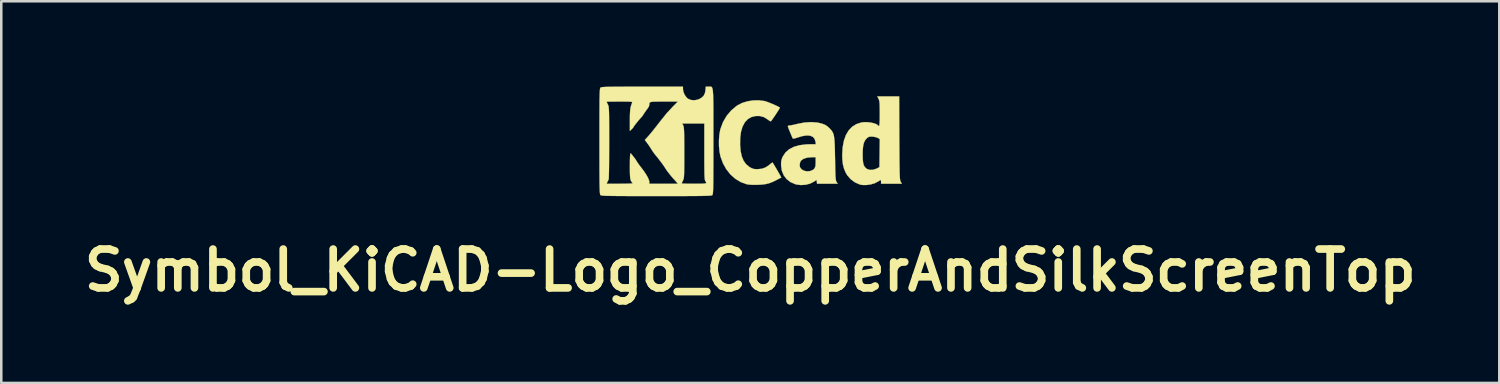
<source format=kicad_pcb>
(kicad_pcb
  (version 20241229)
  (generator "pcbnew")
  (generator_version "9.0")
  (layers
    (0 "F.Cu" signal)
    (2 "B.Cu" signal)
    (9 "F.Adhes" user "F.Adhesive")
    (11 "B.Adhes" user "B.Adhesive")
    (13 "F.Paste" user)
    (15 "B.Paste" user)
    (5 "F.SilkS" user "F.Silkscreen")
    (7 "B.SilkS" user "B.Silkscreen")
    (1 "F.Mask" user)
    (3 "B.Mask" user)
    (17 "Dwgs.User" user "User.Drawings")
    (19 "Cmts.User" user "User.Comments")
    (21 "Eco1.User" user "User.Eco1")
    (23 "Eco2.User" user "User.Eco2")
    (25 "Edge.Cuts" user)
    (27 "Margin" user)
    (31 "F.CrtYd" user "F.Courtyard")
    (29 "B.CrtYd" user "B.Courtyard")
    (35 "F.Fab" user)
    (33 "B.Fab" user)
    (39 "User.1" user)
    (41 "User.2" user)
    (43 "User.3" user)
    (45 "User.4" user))
  (footprint "Symbol_KiCAD-Logo_CopperAndSilkScreenTop"
    (layer "F.Cu")
    (at 26.387 2.306)
    (property "Reference" "Symbol_KiCAD-Logo_CopperAndSilkScreenTop" (at 0 5.25 0) (layer "F.SilkS") (effects (font (size 1.524 1.524) (thickness 0.3))))
    (attr through_hole)
    (fp_poly (pts (xy -2.044 -2.274) (xy -1.926 -2.208) (xy -1.833 -2.105) (xy -1.789 -2.019) (xy -1.759 -1.88) (xy -1.768 -1.742) (xy -1.815 -1.621) (xy -1.827 -1.602) (xy -1.918 -1.515) (xy -2.037 -1.454) (xy -2.17 -1.425) (xy -2.302 -1.428) (xy -2.42 -1.467) (xy -2.441 -1.48) (xy -2.523 -1.559) (xy -2.591 -1.667) (xy -2.633 -1.785) (xy -2.642 -1.854) (xy -2.622 -1.963) (xy -2.572 -2.078) (xy -2.501 -2.177) (xy -2.445 -2.226) (xy -2.313 -2.286) (xy -2.176 -2.301) (xy -2.044 -2.274)) (stroke (width 0.01) (type solid)) (fill yes) (layer "F.Mask"))
    (fp_poly (pts (xy -1.803 0.592) (xy -1.803 0.864) (xy -1.802 1.089) (xy -1.801 1.272) (xy -1.799 1.417) (xy -1.795 1.53) (xy -1.791 1.613) (xy -1.786 1.672) (xy -1.779 1.712) (xy -1.77 1.735) (xy -1.766 1.741) (xy -1.74 1.779) (xy -1.729 1.807) (xy -1.739 1.827) (xy -1.776 1.841) (xy -1.844 1.849) (xy -1.948 1.853) (xy -2.095 1.854) (xy -2.21 1.854) (xy -2.36 1.854) (xy -2.491 1.852) (xy -2.596 1.849) (xy -2.665 1.845) (xy -2.692 1.841) (xy -2.692 1.84) (xy -2.682 1.811) (xy -2.655 1.755) (xy -2.642 1.727) (xy -2.629 1.7) (xy -2.618 1.669) (xy -2.61 1.631) (xy -2.603 1.579) (xy -2.599 1.509) (xy -2.595 1.415) (xy -2.593 1.292) (xy -2.592 1.136) (xy -2.591 0.94) (xy -2.591 0.699) (xy -2.591 0.635) (xy -2.591 0.377) (xy -2.592 0.166) (xy -2.594 -0.005) (xy -2.596 -0.139) (xy -2.6 -0.241) (xy -2.605 -0.317) (xy -2.612 -0.372) (xy -2.62 -0.409) (xy -2.63 -0.433) (xy -2.668 -0.508) (xy -1.803 -0.508) (xy -1.803 0.592)) (stroke (width 0.01) (type solid)) (fill yes) (layer "F.Mask"))
    (fp_poly (pts (xy -3.386 -1.372) (xy -2.841 -1.372) (xy -3.04 -1.17) (xy -3.369 -0.807) (xy -3.584 -0.533) (xy -3.662 -0.43) (xy -3.757 -0.309) (xy -3.857 -0.186) (xy -3.952 -0.072) (xy -4.031 0.02) (xy -4.057 0.048) (xy -4.138 0.135) (xy -4.068 0.226) (xy -3.933 0.416) (xy -3.845 0.555) (xy -3.79 0.637) (xy -3.729 0.717) (xy -3.724 0.723) (xy -3.655 0.806) (xy -3.574 0.908) (xy -3.491 1.018) (xy -3.414 1.124) (xy -3.352 1.213) (xy -3.317 1.271) (xy -3.282 1.324) (xy -3.223 1.402) (xy -3.151 1.493) (xy -3.076 1.584) (xy -3.008 1.663) (xy -2.972 1.702) (xy -2.948 1.728) (xy -2.906 1.775) (xy -2.898 1.785) (xy -2.836 1.854) (xy -3.962 1.854) (xy -3.962 1.776) (xy -3.979 1.699) (xy -4.026 1.594) (xy -4.1 1.468) (xy -4.194 1.33) (xy -4.281 1.216) (xy -4.353 1.123) (xy -4.418 1.032) (xy -4.465 0.96) (xy -4.471 0.949) (xy -4.511 0.882) (xy -4.547 0.834) (xy -4.555 0.826) (xy -4.59 0.787) (xy -4.63 0.73) (xy -4.668 0.682) (xy -4.698 0.66) (xy -4.7 0.66) (xy -4.708 0.685) (xy -4.716 0.756) (xy -4.721 0.87) (xy -4.724 1.022) (xy -4.724 1.157) (xy -4.724 1.336) (xy -4.721 1.472) (xy -4.717 1.572) (xy -4.709 1.644) (xy -4.698 1.695) (xy -4.684 1.733) (xy -4.683 1.735) (xy -4.647 1.794) (xy -4.616 1.833) (xy -4.613 1.835) (xy -4.628 1.84) (xy -4.688 1.845) (xy -4.784 1.849) (xy -4.91 1.852) (xy -5.059 1.854) (xy -5.111 1.854) (xy -5.638 1.854) (xy -5.608 1.784) (xy -5.58 1.726) (xy -5.558 1.69) (xy -5.554 1.661) (xy -5.55 1.586) (xy -5.547 1.469) (xy -5.544 1.315) (xy -5.542 1.13) (xy -5.54 0.916) (xy -5.538 0.68) (xy -5.537 0.426) (xy -5.537 0.254) (xy -5.537 -0.05) (xy -5.538 -0.307) (xy -5.538 -0.522) (xy -5.539 -0.699) (xy -5.541 -0.842) (xy -5.544 -0.955) (xy -5.547 -1.043) (xy -5.552 -1.11) (xy -5.557 -1.159) (xy -5.564 -1.196) (xy -5.573 -1.224) (xy -5.583 -1.247) (xy -5.588 -1.257) (xy -5.619 -1.319) (xy -5.637 -1.358) (xy -5.639 -1.364) (xy -5.615 -1.366) (xy -5.547 -1.368) (xy -5.444 -1.37) (xy -5.313 -1.371) (xy -5.162 -1.372) (xy -5.128 -1.372) (xy -4.955 -1.371) (xy -4.826 -1.37) (xy -4.736 -1.368) (xy -4.678 -1.363) (xy -4.646 -1.356) (xy -4.633 -1.345) (xy -4.634 -1.331) (xy -4.636 -1.327) (xy -4.669 -1.238) (xy -4.693 -1.15) (xy -4.709 -1.051) (xy -4.719 -0.931) (xy -4.724 -0.779) (xy -4.724 -0.639) (xy -4.724 -0.219) (xy -4.648 -0.292) (xy -4.601 -0.342) (xy -4.574 -0.38) (xy -4.572 -0.387) (xy -4.557 -0.412) (xy -4.517 -0.466) (xy -4.462 -0.536) (xy -4.401 -0.611) (xy -4.342 -0.682) (xy -4.294 -0.736) (xy -4.267 -0.762) (xy -4.244 -0.789) (xy -4.206 -0.845) (xy -4.178 -0.889) (xy -4.12 -0.977) (xy -4.057 -1.063) (xy -4.035 -1.092) (xy -3.99 -1.158) (xy -3.965 -1.219) (xy -3.962 -1.236) (xy -3.962 -1.279) (xy -3.956 -1.312) (xy -3.939 -1.337) (xy -3.905 -1.353) (xy -3.847 -1.363) (xy -3.759 -1.369) (xy -3.635 -1.371) (xy -3.469 -1.372) (xy -3.386 -1.372)) (stroke (width 0.01) (type solid)) (fill yes) (layer "F.Mask"))
    (fp_poly (pts (xy 0.545 -1.394) (xy 0.586 -1.384) (xy 0.657 -1.361) (xy 0.752 -1.325) (xy 0.86 -1.281) (xy 0.967 -1.234) (xy 1.061 -1.19) (xy 1.131 -1.153) (xy 1.162 -1.132) (xy 1.152 -1.109) (xy 1.12 -1.054) (xy 1.071 -0.977) (xy 1.013 -0.888) (xy 0.951 -0.795) (xy 0.893 -0.71) (xy 0.843 -0.641) (xy 0.811 -0.6) (xy 0.782 -0.602) (xy 0.73 -0.633) (xy 0.686 -0.667) (xy 0.541 -0.759) (xy 0.376 -0.804) (xy 0.218 -0.806) (xy 0.047 -0.765) (xy -0.097 -0.682) (xy -0.214 -0.557) (xy -0.303 -0.392) (xy -0.364 -0.187) (xy -0.396 0.056) (xy -0.4 0.33) (xy -0.378 0.578) (xy -0.333 0.784) (xy -0.262 0.952) (xy -0.164 1.087) (xy -0.037 1.193) (xy -0.007 1.211) (xy 0.07 1.251) (xy 0.141 1.273) (xy 0.229 1.281) (xy 0.292 1.281) (xy 0.452 1.265) (xy 0.591 1.217) (xy 0.725 1.131) (xy 0.775 1.089) (xy 0.829 1.044) (xy 0.865 1.02) (xy 0.873 1.019) (xy 0.895 1.052) (xy 0.934 1.116) (xy 0.985 1.201) (xy 1.042 1.298) (xy 1.098 1.395) (xy 1.149 1.485) (xy 1.189 1.556) (xy 1.212 1.599) (xy 1.215 1.608) (xy 1.19 1.622) (xy 1.132 1.652) (xy 1.054 1.694) (xy 1.049 1.696) (xy 0.887 1.777) (xy 0.744 1.832) (xy 0.602 1.867) (xy 0.443 1.887) (xy 0.292 1.894) (xy 0.099 1.896) (xy -0.053 1.886) (xy -0.144 1.871) (xy -0.376 1.786) (xy -0.589 1.657) (xy -0.779 1.488) (xy -0.941 1.284) (xy -1.072 1.048) (xy -1.168 0.786) (xy -1.172 0.77) (xy -1.209 0.583) (xy -1.228 0.369) (xy -1.229 0.145) (xy -1.213 -0.07) (xy -1.18 -0.259) (xy -1.172 -0.291) (xy -1.07 -0.565) (xy -0.927 -0.811) (xy -0.746 -1.025) (xy -0.529 -1.206) (xy -0.508 -1.22) (xy -0.33 -1.312) (xy -0.122 -1.378) (xy 0.102 -1.415) (xy 0.329 -1.421) (xy 0.545 -1.394)) (stroke (width 0.01) (type solid)) (fill yes) (layer "F.SilkS"))
    (fp_poly (pts (xy 5.847 0.057) (xy 5.849 0.387) (xy 5.851 0.67) (xy 5.852 0.91) (xy 5.854 1.11) (xy 5.857 1.275) (xy 5.859 1.408) (xy 5.863 1.514) (xy 5.867 1.595) (xy 5.872 1.657) (xy 5.878 1.701) (xy 5.885 1.734) (xy 5.893 1.757) (xy 5.9 1.772) (xy 5.945 1.854) (xy 5.131 1.854) (xy 5.131 1.778) (xy 5.127 1.724) (xy 5.119 1.702) (xy 5.119 1.702) (xy 5.093 1.715) (xy 5.041 1.748) (xy 5.014 1.765) (xy 4.882 1.833) (xy 4.722 1.88) (xy 4.553 1.903) (xy 4.393 1.901) (xy 4.293 1.881) (xy 4.109 1.8) (xy 3.943 1.678) (xy 3.809 1.526) (xy 3.747 1.424) (xy 3.68 1.266) (xy 3.636 1.1) (xy 3.613 0.911) (xy 3.607 0.725) (xy 3.608 0.711) (xy 4.408 0.711) (xy 4.413 0.887) (xy 4.426 1.02) (xy 4.451 1.12) (xy 4.491 1.194) (xy 4.547 1.25) (xy 4.579 1.272) (xy 4.685 1.31) (xy 4.811 1.307) (xy 4.946 1.264) (xy 4.97 1.252) (xy 5.067 1.202) (xy 5.074 0.652) (xy 5.081 0.103) (xy 5.014 0.059) (xy 4.95 0.033) (xy 4.861 0.012) (xy 4.803 0.005) (xy 4.714 0.002) (xy 4.655 0.012) (xy 4.605 0.041) (xy 4.579 0.062) (xy 4.512 0.135) (xy 4.463 0.231) (xy 4.43 0.355) (xy 4.413 0.516) (xy 4.408 0.711) (xy 3.608 0.711) (xy 3.624 0.429) (xy 3.672 0.169) (xy 3.75 -0.053) (xy 3.859 -0.238) (xy 3.997 -0.383) (xy 4.164 -0.487) (xy 4.359 -0.55) (xy 4.398 -0.557) (xy 4.514 -0.565) (xy 4.641 -0.559) (xy 4.768 -0.539) (xy 4.881 -0.51) (xy 4.968 -0.473) (xy 5.016 -0.432) (xy 5.037 -0.408) (xy 5.053 -0.413) (xy 5.065 -0.451) (xy 5.073 -0.527) (xy 5.078 -0.644) (xy 5.08 -0.806) (xy 5.08 -0.896) (xy 5.079 -1.07) (xy 5.077 -1.202) (xy 5.073 -1.298) (xy 5.066 -1.368) (xy 5.056 -1.42) (xy 5.041 -1.461) (xy 5.032 -1.481) (xy 4.984 -1.575) (xy 5.84 -1.575) (xy 5.847 0.057)) (stroke (width 0.01) (type solid)) (fill yes) (layer "F.SilkS"))
    (fp_poly (pts (xy 2.628 -0.548) (xy 2.804 -0.508) (xy 2.923 -0.463) (xy 3.015 -0.407) (xy 3.098 -0.334) (xy 3.151 -0.279) (xy 3.194 -0.227) (xy 3.229 -0.173) (xy 3.257 -0.111) (xy 3.278 -0.034) (xy 3.293 0.062) (xy 3.305 0.183) (xy 3.313 0.335) (xy 3.319 0.525) (xy 3.323 0.756) (xy 3.326 0.877) (xy 3.33 1.109) (xy 3.334 1.296) (xy 3.338 1.443) (xy 3.343 1.555) (xy 3.349 1.638) (xy 3.356 1.698) (xy 3.365 1.74) (xy 3.376 1.769) (xy 3.385 1.786) (xy 3.43 1.854) (xy 2.619 1.854) (xy 2.603 1.701) (xy 2.504 1.768) (xy 2.348 1.847) (xy 2.167 1.893) (xy 1.977 1.904) (xy 1.794 1.878) (xy 1.761 1.868) (xy 1.574 1.786) (xy 1.424 1.669) (xy 1.311 1.519) (xy 1.238 1.342) (xy 1.209 1.139) (xy 1.209 1.118) (xy 1.209 1.089) (xy 1.938 1.089) (xy 1.942 1.178) (xy 1.952 1.209) (xy 2.015 1.289) (xy 2.11 1.343) (xy 2.223 1.367) (xy 2.342 1.356) (xy 2.38 1.345) (xy 2.467 1.303) (xy 2.522 1.25) (xy 2.553 1.175) (xy 2.565 1.066) (xy 2.565 1.012) (xy 2.565 0.813) (xy 2.399 0.813) (xy 2.236 0.828) (xy 2.097 0.871) (xy 2.002 0.932) (xy 1.959 0.998) (xy 1.938 1.089) (xy 1.209 1.089) (xy 1.211 1.003) (xy 1.225 0.916) (xy 1.255 0.832) (xy 1.278 0.782) (xy 1.382 0.626) (xy 1.527 0.5) (xy 1.71 0.405) (xy 1.933 0.341) (xy 2.193 0.309) (xy 2.334 0.305) (xy 2.572 0.305) (xy 2.558 0.201) (xy 2.522 0.088) (xy 2.45 0.01) (xy 2.344 -0.034) (xy 2.204 -0.042) (xy 2.032 -0.014) (xy 1.855 0.04) (xy 1.77 0.067) (xy 1.705 0.082) (xy 1.673 0.082) (xy 1.673 0.082) (xy 1.655 0.05) (xy 1.625 -0.016) (xy 1.588 -0.103) (xy 1.549 -0.199) (xy 1.513 -0.289) (xy 1.486 -0.362) (xy 1.474 -0.403) (xy 1.473 -0.407) (xy 1.495 -0.425) (xy 1.538 -0.432) (xy 1.59 -0.438) (xy 1.677 -0.455) (xy 1.785 -0.479) (xy 1.862 -0.498) (xy 2.128 -0.549) (xy 2.387 -0.565) (xy 2.628 -0.548)) (stroke (width 0.01) (type solid)) (fill yes) (layer "F.SilkS"))
    (fp_poly (pts (xy -1.549 -1.957) (xy -1.527 -1.95) (xy -1.508 -1.934) (xy -1.493 -1.905) (xy -1.481 -1.861) (xy -1.47 -1.798) (xy -1.463 -1.713) (xy -1.457 -1.603) (xy -1.453 -1.465) (xy -1.45 -1.296) (xy -1.448 -1.092) (xy -1.448 -0.851) (xy -1.448 -0.568) (xy -1.448 -0.242) (xy -1.448 0.131) (xy -1.448 0.191) (xy -1.448 0.566) (xy -1.448 0.894) (xy -1.449 1.177) (xy -1.45 1.42) (xy -1.451 1.624) (xy -1.452 1.794) (xy -1.455 1.933) (xy -1.457 2.043) (xy -1.461 2.129) (xy -1.465 2.193) (xy -1.47 2.239) (xy -1.475 2.269) (xy -1.482 2.288) (xy -1.488 2.297) (xy -1.499 2.304) (xy -1.519 2.31) (xy -1.552 2.316) (xy -1.599 2.32) (xy -1.666 2.324) (xy -1.755 2.327) (xy -1.868 2.33) (xy -2.01 2.332) (xy -2.183 2.334) (xy -2.39 2.335) (xy -2.635 2.336) (xy -2.921 2.336) (xy -3.251 2.337) (xy -3.628 2.337) (xy -3.683 2.337) (xy -4.067 2.337) (xy -4.403 2.336) (xy -4.695 2.336) (xy -4.945 2.335) (xy -5.158 2.334) (xy -5.335 2.332) (xy -5.481 2.33) (xy -5.598 2.328) (xy -5.689 2.325) (xy -5.759 2.321) (xy -5.809 2.316) (xy -5.843 2.311) (xy -5.865 2.305) (xy -5.877 2.298) (xy -5.878 2.297) (xy -5.886 2.286) (xy -5.892 2.265) (xy -5.897 2.232) (xy -5.902 2.184) (xy -5.906 2.116) (xy -5.909 2.026) (xy -5.912 1.911) (xy -5.914 1.767) (xy -5.915 1.591) (xy -5.917 1.381) (xy -5.917 1.131) (xy -5.918 0.84) (xy -5.918 0.504) (xy -5.918 0.191) (xy -5.918 -0.185) (xy -5.918 -0.513) (xy -5.917 -0.796) (xy -5.916 -1.039) (xy -5.915 -1.243) (xy -5.914 -1.364) (xy -5.639 -1.364) (xy -5.628 -1.339) (xy -5.602 -1.285) (xy -5.588 -1.257) (xy -5.577 -1.234) (xy -5.568 -1.209) (xy -5.56 -1.176) (xy -5.554 -1.133) (xy -5.549 -1.074) (xy -5.545 -0.996) (xy -5.542 -0.894) (xy -5.54 -0.764) (xy -5.539 -0.603) (xy -5.538 -0.404) (xy -5.537 -0.166) (xy -5.537 0.118) (xy -5.537 0.254) (xy -5.538 0.518) (xy -5.539 0.766) (xy -5.54 0.995) (xy -5.542 1.199) (xy -5.545 1.374) (xy -5.548 1.515) (xy -5.552 1.617) (xy -5.555 1.677) (xy -5.558 1.69) (xy -5.582 1.73) (xy -5.608 1.784) (xy -5.638 1.854) (xy -5.111 1.854) (xy -4.956 1.853) (xy -4.822 1.85) (xy -4.715 1.847) (xy -4.643 1.842) (xy -4.613 1.837) (xy -4.613 1.835) (xy -4.643 1.801) (xy -4.679 1.743) (xy -4.683 1.735) (xy -4.698 1.698) (xy -4.709 1.647) (xy -4.716 1.577) (xy -4.721 1.478) (xy -4.724 1.344) (xy -4.724 1.167) (xy -4.724 1.157) (xy -4.723 0.979) (xy -4.72 0.837) (xy -4.714 0.734) (xy -4.706 0.674) (xy -4.7 0.66) (xy -4.67 0.68) (xy -4.632 0.727) (xy -4.63 0.73) (xy -4.59 0.787) (xy -4.555 0.826) (xy -4.525 0.863) (xy -4.485 0.925) (xy -4.471 0.949) (xy -4.429 1.016) (xy -4.366 1.105) (xy -4.295 1.198) (xy -4.281 1.216) (xy -4.173 1.358) (xy -4.083 1.495) (xy -4.015 1.617) (xy -3.973 1.717) (xy -3.962 1.776) (xy -3.962 1.854) (xy -2.836 1.854) (xy -2.848 1.84) (xy -2.692 1.84) (xy -2.668 1.845) (xy -2.601 1.848) (xy -2.499 1.851) (xy -2.369 1.853) (xy -2.22 1.854) (xy -2.21 1.854) (xy -2.033 1.853) (xy -1.902 1.851) (xy -1.811 1.846) (xy -1.756 1.839) (xy -1.731 1.829) (xy -1.728 1.822) (xy -1.743 1.779) (xy -1.766 1.741) (xy -1.775 1.723) (xy -1.783 1.69) (xy -1.789 1.639) (xy -1.794 1.566) (xy -1.798 1.466) (xy -1.8 1.334) (xy -1.802 1.167) (xy -1.803 0.959) (xy -1.803 0.706) (xy -1.803 0.592) (xy -1.803 -0.508) (xy -2.668 -0.508) (xy -2.63 -0.433) (xy -2.62 -0.407) (xy -2.611 -0.369) (xy -2.605 -0.313) (xy -2.6 -0.236) (xy -2.596 -0.131) (xy -2.593 0.005) (xy -2.592 0.178) (xy -2.591 0.392) (xy -2.591 0.635) (xy -2.591 0.886) (xy -2.591 1.093) (xy -2.593 1.258) (xy -2.595 1.389) (xy -2.598 1.489) (xy -2.602 1.564) (xy -2.608 1.62) (xy -2.616 1.661) (xy -2.626 1.693) (xy -2.638 1.721) (xy -2.642 1.727) (xy -2.673 1.791) (xy -2.691 1.833) (xy -2.692 1.84) (xy -2.848 1.84) (xy -2.898 1.785) (xy -2.941 1.735) (xy -2.97 1.704) (xy -2.972 1.702) (xy -3.03 1.639) (xy -3.101 1.555) (xy -3.176 1.462) (xy -3.245 1.374) (xy -3.296 1.302) (xy -3.317 1.271) (xy -3.357 1.207) (xy -3.42 1.115) (xy -3.498 1.009) (xy -3.582 0.899) (xy -3.661 0.797) (xy -3.724 0.723) (xy -3.784 0.646) (xy -3.841 0.562) (xy -3.845 0.555) (xy -3.972 0.357) (xy -4.068 0.226) (xy -4.138 0.135) (xy -4.057 0.048) (xy -3.986 -0.031) (xy -3.896 -0.138) (xy -3.797 -0.26) (xy -3.699 -0.383) (xy -3.613 -0.494) (xy -3.584 -0.533) (xy -3.279 -0.913) (xy -3.04 -1.17) (xy -2.841 -1.372) (xy -3.386 -1.372) (xy -3.571 -1.371) (xy -3.712 -1.37) (xy -3.814 -1.366) (xy -3.884 -1.358) (xy -3.927 -1.344) (xy -3.951 -1.324) (xy -3.96 -1.294) (xy -3.962 -1.255) (xy -3.962 -1.236) (xy -3.978 -1.182) (xy -4.017 -1.115) (xy -4.035 -1.092) (xy -4.093 -1.014) (xy -4.156 -0.923) (xy -4.178 -0.889) (xy -4.221 -0.822) (xy -4.255 -0.775) (xy -4.267 -0.762) (xy -4.297 -0.733) (xy -4.346 -0.677) (xy -4.405 -0.606) (xy -4.467 -0.53) (xy -4.521 -0.461) (xy -4.559 -0.409) (xy -4.572 -0.387) (xy -4.589 -0.357) (xy -4.631 -0.309) (xy -4.648 -0.292) (xy -4.724 -0.219) (xy -4.724 -0.639) (xy -4.723 -0.822) (xy -4.717 -0.965) (xy -4.706 -1.078) (xy -4.688 -1.173) (xy -4.661 -1.261) (xy -4.636 -1.327) (xy -4.633 -1.342) (xy -4.641 -1.353) (xy -4.668 -1.361) (xy -4.72 -1.367) (xy -4.802 -1.37) (xy -4.921 -1.371) (xy -5.083 -1.372) (xy -5.128 -1.372) (xy -5.283 -1.371) (xy -5.419 -1.37) (xy -5.528 -1.369) (xy -5.604 -1.367) (xy -5.638 -1.365) (xy -5.639 -1.364) (xy -5.914 -1.364) (xy -5.914 -1.413) (xy -5.911 -1.552) (xy -5.909 -1.662) (xy -5.905 -1.748) (xy -5.901 -1.812) (xy -5.896 -1.858) (xy -5.891 -1.888) (xy -5.884 -1.907) (xy -5.878 -1.916) (xy -5.866 -1.924) (xy -5.844 -1.931) (xy -5.808 -1.937) (xy -5.755 -1.942) (xy -5.681 -1.946) (xy -5.583 -1.949) (xy -5.456 -1.951) (xy -5.297 -1.953) (xy -5.103 -1.954) (xy -4.869 -1.955) (xy -4.592 -1.956) (xy -4.268 -1.956) (xy -2.642 -1.956) (xy -2.642 -1.86) (xy -2.622 -1.744) (xy -2.568 -1.625) (xy -2.493 -1.524) (xy -2.441 -1.48) (xy -2.327 -1.433) (xy -2.196 -1.422) (xy -2.062 -1.446) (xy -1.939 -1.501) (xy -1.842 -1.584) (xy -1.826 -1.604) (xy -1.779 -1.705) (xy -1.758 -1.82) (xy -1.746 -1.956) (xy -1.637 -1.956) (xy -1.603 -1.957) (xy -1.574 -1.959) (xy -1.549 -1.957)) (stroke (width 0.01) (type solid)) (fill yes) (layer "F.SilkS")))
  (gr_rect
    (start -3 -3)
    (end 55.774 11.974)
    (stroke (width 0.1) (type default))
    (fill no)
    (layer "Edge.Cuts")))
</source>
